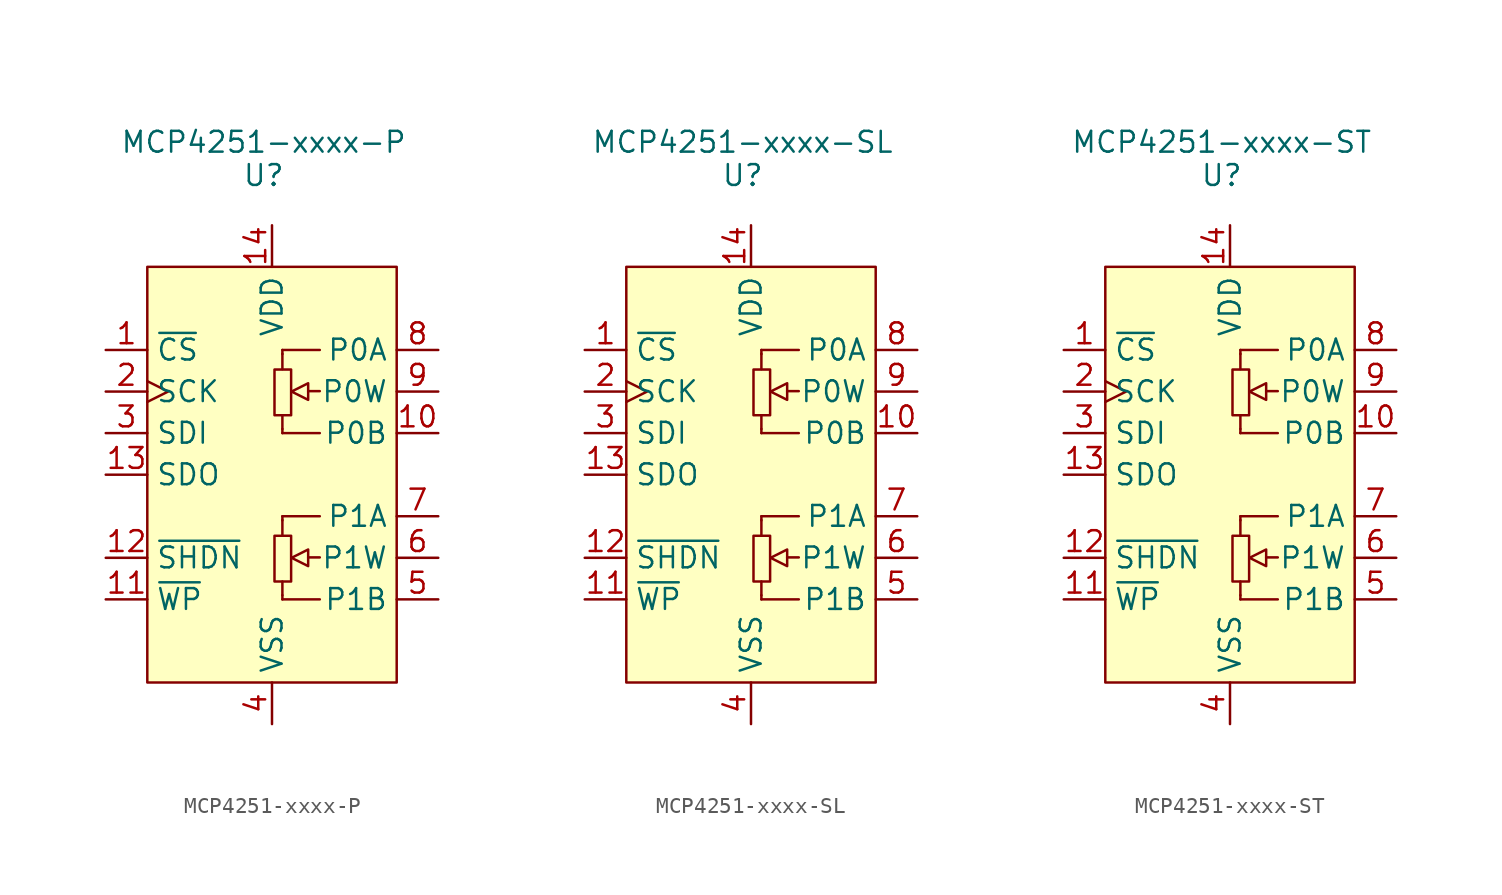
<source format=kicad_sym>
(kicad_symbol_lib
  (version 20201005)
  (generator kicad_symbol_editor)
  (symbol "Potentiometer_Digital:MCP4251-xxxx-P"
    (property "Reference" "U"
      (at -0.508 18.288 0)
      (effects (font (size 1.27 1.27))))
    (property "Value" "MCP4251-xxxx-P"
      (at -0.508 20.32 0)
      (effects (font (size 1.27 1.27))))
    (symbol "MCP4251-xxxx-P_0_1"
      (polyline (pts (xy 0 12.7) (xy 7.62 12.7) (xy 7.62 0) (xy 7.62 -12.7) (xy -7.62 -12.7) (xy -7.62 12.7) (xy 0 12.7)) (stroke (width 0)) (fill (type background))))
    (symbol "MCP4251-xxxx-P_1_1"
      (rectangle (start 0.152 -3.734) (end 1.168 -6.528) (stroke (width 0)) (fill (type none)))
      (rectangle (start 0.152 6.426) (end 1.168 3.632) (stroke (width 0)) (fill (type none)))
      (polyline (pts (xy 0.635 -7.366) (xy 0.635 -6.528)) (stroke (width 0)) (fill (type none)))
      (polyline (pts (xy 0.635 -2.769) (xy 0.635 -3.708)) (stroke (width 0)) (fill (type none)))
      (polyline (pts (xy 0.635 2.794) (xy 0.635 3.632)) (stroke (width 0)) (fill (type none)))
      (polyline (pts (xy 0.635 7.391) (xy 0.635 6.452)) (stroke (width 0)) (fill (type none)))
      (polyline (pts (xy 2.21 -5.055) (xy 2.921 -5.055)) (stroke (width 0)) (fill (type none)))
      (polyline (pts (xy 2.21 5.105) (xy 2.921 5.105)) (stroke (width 0)) (fill (type none)))
      (polyline (pts (xy 0.635 -7.62) (xy 0.635 -7.366) (xy 0.635 -7.366)) (stroke (width 0)) (fill (type background)))
      (polyline (pts (xy 0.635 -7.62) (xy 2.921 -7.62) (xy 2.921 -7.62)) (stroke (width 0)) (fill (type background)))
      (polyline (pts (xy 0.635 -2.54) (xy 0.635 -2.794) (xy 0.635 -2.794)) (stroke (width 0)) (fill (type none)))
      (polyline (pts (xy 0.635 -2.54) (xy 2.921 -2.54) (xy 2.921 -2.54)) (stroke (width 0)) (fill (type background)))
      (polyline (pts (xy 0.635 2.54) (xy 0.635 2.794) (xy 0.635 2.794)) (stroke (width 0)) (fill (type background)))
      (polyline (pts (xy 0.635 2.54) (xy 2.921 2.54) (xy 2.921 2.54)) (stroke (width 0)) (fill (type background)))
      (polyline (pts (xy 0.635 7.62) (xy 0.635 7.366) (xy 0.635 7.366)) (stroke (width 0)) (fill (type none)))
      (polyline (pts (xy 0.635 7.62) (xy 2.921 7.62) (xy 2.921 7.62)) (stroke (width 0)) (fill (type background)))
      (polyline (pts (xy 2.21 -4.572) (xy 2.21 -5.588) (xy 1.194 -5.08) (xy 2.21 -4.572) (xy 2.21 -4.572)) (stroke (width 0)) (fill (type background)))
      (polyline (pts (xy 2.21 5.588) (xy 2.21 4.572) (xy 1.194 5.08) (xy 2.21 5.588) (xy 2.21 5.588)) (stroke (width 0)) (fill (type background)))
      (pin input line (at -10.16 7.62 0) (length 2.54) (name "~CS" (effects (font (size 1.27 1.27)))) (number "1" (effects (font (size 1.27 1.27)))))
      (pin passive line (at 10.16 2.54 180) (length 2.54) (name "P0B" (effects (font (size 1.27 1.27)))) (number "10" (effects (font (size 1.27 1.27)))))
      (pin input line (at -10.16 -7.62 0) (length 2.54) (name "~WP" (effects (font (size 1.27 1.27)))) (number "11" (effects (font (size 1.27 1.27)))))
      (pin input line (at -10.16 -5.08 0) (length 2.54) (name "~SHDN" (effects (font (size 1.27 1.27)))) (number "12" (effects (font (size 1.27 1.27)))))
      (pin output line (at -10.16 0 0) (length 2.54) (name "SDO" (effects (font (size 1.27 1.27)))) (number "13" (effects (font (size 1.27 1.27)))))
      (pin power_in line (at 0 15.24 270) (length 2.54) (name "VDD" (effects (font (size 1.27 1.27)))) (number "14" (effects (font (size 1.27 1.27)))))
      (pin input clock (at -10.16 5.08 0) (length 2.54) (name "SCK" (effects (font (size 1.27 1.27)))) (number "2" (effects (font (size 1.27 1.27)))))
      (pin input line (at -10.16 2.54 0) (length 2.54) (name "SDI" (effects (font (size 1.27 1.27)))) (number "3" (effects (font (size 1.27 1.27)))))
      (pin power_in line (at 0 -15.24 90) (length 2.54) (name "VSS" (effects (font (size 1.27 1.27)))) (number "4" (effects (font (size 1.27 1.27)))))
      (pin passive line (at 10.16 -7.62 180) (length 2.54) (name "P1B" (effects (font (size 1.27 1.27)))) (number "5" (effects (font (size 1.27 1.27)))))
      (pin passive line (at 10.16 -5.08 180) (length 2.54) (name "P1W" (effects (font (size 1.27 1.27)))) (number "6" (effects (font (size 1.27 1.27)))))
      (pin passive line (at 10.16 -2.54 180) (length 2.54) (name "P1A" (effects (font (size 1.27 1.27)))) (number "7" (effects (font (size 1.27 1.27)))))
      (pin passive line (at 10.16 7.62 180) (length 2.54) (name "P0A" (effects (font (size 1.27 1.27)))) (number "8" (effects (font (size 1.27 1.27)))))
      (pin passive line (at 10.16 5.08 180) (length 2.54) (name "P0W" (effects (font (size 1.27 1.27)))) (number "9" (effects (font (size 1.27 1.27)))))))
  (symbol "Potentiometer_Digital:MCP4251-xxxx-SL"
    (property "Reference" "U"
      (at -0.508 18.288 0)
      (effects (font (size 1.27 1.27))))
    (property "Value" "MCP4251-xxxx-SL"
      (at -0.508 20.32 0)
      (effects (font (size 1.27 1.27))))
    (symbol "MCP4251-xxxx-SL_1_1"
      (rectangle (start 0.152 -3.734) (end 1.168 -6.528) (stroke (width 0)) (fill (type none)))
      (rectangle (start 0.152 6.426) (end 1.168 3.632) (stroke (width 0)) (fill (type none)))
      (polyline (pts (xy 0.635 -7.366) (xy 0.635 -6.528)) (stroke (width 0)) (fill (type none)))
      (polyline (pts (xy 0.635 -2.769) (xy 0.635 -3.708)) (stroke (width 0)) (fill (type none)))
      (polyline (pts (xy 0.635 2.794) (xy 0.635 3.632)) (stroke (width 0)) (fill (type none)))
      (polyline (pts (xy 0.635 7.391) (xy 0.635 6.452)) (stroke (width 0)) (fill (type none)))
      (polyline (pts (xy 2.21 -5.055) (xy 2.921 -5.055)) (stroke (width 0)) (fill (type none)))
      (polyline (pts (xy 2.21 5.105) (xy 2.921 5.105)) (stroke (width 0)) (fill (type none)))
      (polyline (pts (xy 0.635 -7.62) (xy 0.635 -7.366) (xy 0.635 -7.366)) (stroke (width 0)) (fill (type background)))
      (polyline (pts (xy 0.635 -7.62) (xy 2.921 -7.62) (xy 2.921 -7.62)) (stroke (width 0)) (fill (type background)))
      (polyline (pts (xy 0.635 -2.54) (xy 0.635 -2.794) (xy 0.635 -2.794)) (stroke (width 0)) (fill (type none)))
      (polyline (pts (xy 0.635 -2.54) (xy 2.921 -2.54) (xy 2.921 -2.54)) (stroke (width 0)) (fill (type background)))
      (polyline (pts (xy 0.635 2.54) (xy 0.635 2.794) (xy 0.635 2.794)) (stroke (width 0)) (fill (type background)))
      (polyline (pts (xy 0.635 2.54) (xy 2.921 2.54) (xy 2.921 2.54)) (stroke (width 0)) (fill (type background)))
      (polyline (pts (xy 0.635 7.62) (xy 0.635 7.366) (xy 0.635 7.366)) (stroke (width 0)) (fill (type none)))
      (polyline (pts (xy 0.635 7.62) (xy 2.921 7.62) (xy 2.921 7.62)) (stroke (width 0)) (fill (type background)))
      (polyline (pts (xy 2.21 -4.572) (xy 2.21 -5.588) (xy 1.194 -5.08) (xy 2.21 -4.572) (xy 2.21 -4.572)) (stroke (width 0)) (fill (type background)))
      (polyline (pts (xy 2.21 5.588) (xy 2.21 4.572) (xy 1.194 5.08) (xy 2.21 5.588) (xy 2.21 5.588)) (stroke (width 0)) (fill (type background)))
      (polyline (pts (xy 0 12.7) (xy 7.62 12.7) (xy 7.62 0) (xy 7.62 -12.7) (xy -7.62 -12.7) (xy -7.62 12.7) (xy 0 12.7)) (stroke (width 0)) (fill (type background)))
      (pin input line (at -10.16 7.62 0) (length 2.54) (name "~CS" (effects (font (size 1.27 1.27)))) (number "1" (effects (font (size 1.27 1.27)))))
      (pin passive line (at 10.16 2.54 180) (length 2.54) (name "P0B" (effects (font (size 1.27 1.27)))) (number "10" (effects (font (size 1.27 1.27)))))
      (pin input line (at -10.16 -7.62 0) (length 2.54) (name "~WP" (effects (font (size 1.27 1.27)))) (number "11" (effects (font (size 1.27 1.27)))))
      (pin input line (at -10.16 -5.08 0) (length 2.54) (name "~SHDN" (effects (font (size 1.27 1.27)))) (number "12" (effects (font (size 1.27 1.27)))))
      (pin output line (at -10.16 0 0) (length 2.54) (name "SDO" (effects (font (size 1.27 1.27)))) (number "13" (effects (font (size 1.27 1.27)))))
      (pin power_in line (at 0 15.24 270) (length 2.54) (name "VDD" (effects (font (size 1.27 1.27)))) (number "14" (effects (font (size 1.27 1.27)))))
      (pin input clock (at -10.16 5.08 0) (length 2.54) (name "SCK" (effects (font (size 1.27 1.27)))) (number "2" (effects (font (size 1.27 1.27)))))
      (pin input line (at -10.16 2.54 0) (length 2.54) (name "SDI" (effects (font (size 1.27 1.27)))) (number "3" (effects (font (size 1.27 1.27)))))
      (pin power_in line (at 0 -15.24 90) (length 2.54) (name "VSS" (effects (font (size 1.27 1.27)))) (number "4" (effects (font (size 1.27 1.27)))))
      (pin passive line (at 10.16 -7.62 180) (length 2.54) (name "P1B" (effects (font (size 1.27 1.27)))) (number "5" (effects (font (size 1.27 1.27)))))
      (pin passive line (at 10.16 -5.08 180) (length 2.54) (name "P1W" (effects (font (size 1.27 1.27)))) (number "6" (effects (font (size 1.27 1.27)))))
      (pin passive line (at 10.16 -2.54 180) (length 2.54) (name "P1A" (effects (font (size 1.27 1.27)))) (number "7" (effects (font (size 1.27 1.27)))))
      (pin passive line (at 10.16 7.62 180) (length 2.54) (name "P0A" (effects (font (size 1.27 1.27)))) (number "8" (effects (font (size 1.27 1.27)))))
      (pin passive line (at 10.16 5.08 180) (length 2.54) (name "P0W" (effects (font (size 1.27 1.27)))) (number "9" (effects (font (size 1.27 1.27)))))))
  (symbol "Potentiometer_Digital:MCP4251-xxxx-ST"
    (property "Reference" "U"
      (at -0.508 18.288 0)
      (effects (font (size 1.27 1.27))))
    (property "Value" "MCP4251-xxxx-ST"
      (at -0.508 20.32 0)
      (effects (font (size 1.27 1.27))))
    (symbol "MCP4251-xxxx-ST_1_1"
      (rectangle (start 0.152 -3.734) (end 1.168 -6.528) (stroke (width 0)) (fill (type none)))
      (rectangle (start 0.152 6.426) (end 1.168 3.632) (stroke (width 0)) (fill (type none)))
      (polyline (pts (xy 0.635 -7.366) (xy 0.635 -6.528)) (stroke (width 0)) (fill (type none)))
      (polyline (pts (xy 0.635 -2.769) (xy 0.635 -3.708)) (stroke (width 0)) (fill (type none)))
      (polyline (pts (xy 0.635 2.794) (xy 0.635 3.632)) (stroke (width 0)) (fill (type none)))
      (polyline (pts (xy 0.635 7.391) (xy 0.635 6.452)) (stroke (width 0)) (fill (type none)))
      (polyline (pts (xy 2.21 -5.055) (xy 2.921 -5.055)) (stroke (width 0)) (fill (type none)))
      (polyline (pts (xy 2.21 5.105) (xy 2.921 5.105)) (stroke (width 0)) (fill (type none)))
      (polyline (pts (xy 0.635 -7.62) (xy 0.635 -7.366) (xy 0.635 -7.366)) (stroke (width 0)) (fill (type background)))
      (polyline (pts (xy 0.635 -7.62) (xy 2.921 -7.62) (xy 2.921 -7.62)) (stroke (width 0)) (fill (type background)))
      (polyline (pts (xy 0.635 -2.54) (xy 0.635 -2.794) (xy 0.635 -2.794)) (stroke (width 0)) (fill (type none)))
      (polyline (pts (xy 0.635 -2.54) (xy 2.921 -2.54) (xy 2.921 -2.54)) (stroke (width 0)) (fill (type background)))
      (polyline (pts (xy 0.635 2.54) (xy 0.635 2.794) (xy 0.635 2.794)) (stroke (width 0)) (fill (type background)))
      (polyline (pts (xy 0.635 2.54) (xy 2.921 2.54) (xy 2.921 2.54)) (stroke (width 0)) (fill (type background)))
      (polyline (pts (xy 0.635 7.62) (xy 0.635 7.366) (xy 0.635 7.366)) (stroke (width 0)) (fill (type none)))
      (polyline (pts (xy 0.635 7.62) (xy 2.921 7.62) (xy 2.921 7.62)) (stroke (width 0)) (fill (type background)))
      (polyline (pts (xy 2.21 -4.572) (xy 2.21 -5.588) (xy 1.194 -5.08) (xy 2.21 -4.572) (xy 2.21 -4.572)) (stroke (width 0)) (fill (type background)))
      (polyline (pts (xy 2.21 5.588) (xy 2.21 4.572) (xy 1.194 5.08) (xy 2.21 5.588) (xy 2.21 5.588)) (stroke (width 0)) (fill (type background)))
      (polyline (pts (xy 0 12.7) (xy 7.62 12.7) (xy 7.62 0) (xy 7.62 -12.7) (xy -7.62 -12.7) (xy -7.62 12.7) (xy 0 12.7)) (stroke (width 0)) (fill (type background)))
      (pin input line (at -10.16 7.62 0) (length 2.54) (name "~CS" (effects (font (size 1.27 1.27)))) (number "1" (effects (font (size 1.27 1.27)))))
      (pin passive line (at 10.16 2.54 180) (length 2.54) (name "P0B" (effects (font (size 1.27 1.27)))) (number "10" (effects (font (size 1.27 1.27)))))
      (pin input line (at -10.16 -7.62 0) (length 2.54) (name "~WP" (effects (font (size 1.27 1.27)))) (number "11" (effects (font (size 1.27 1.27)))))
      (pin input line (at -10.16 -5.08 0) (length 2.54) (name "~SHDN" (effects (font (size 1.27 1.27)))) (number "12" (effects (font (size 1.27 1.27)))))
      (pin output line (at -10.16 0 0) (length 2.54) (name "SDO" (effects (font (size 1.27 1.27)))) (number "13" (effects (font (size 1.27 1.27)))))
      (pin power_in line (at 0 15.24 270) (length 2.54) (name "VDD" (effects (font (size 1.27 1.27)))) (number "14" (effects (font (size 1.27 1.27)))))
      (pin input clock (at -10.16 5.08 0) (length 2.54) (name "SCK" (effects (font (size 1.27 1.27)))) (number "2" (effects (font (size 1.27 1.27)))))
      (pin input line (at -10.16 2.54 0) (length 2.54) (name "SDI" (effects (font (size 1.27 1.27)))) (number "3" (effects (font (size 1.27 1.27)))))
      (pin power_in line (at 0 -15.24 90) (length 2.54) (name "VSS" (effects (font (size 1.27 1.27)))) (number "4" (effects (font (size 1.27 1.27)))))
      (pin passive line (at 10.16 -7.62 180) (length 2.54) (name "P1B" (effects (font (size 1.27 1.27)))) (number "5" (effects (font (size 1.27 1.27)))))
      (pin passive line (at 10.16 -5.08 180) (length 2.54) (name "P1W" (effects (font (size 1.27 1.27)))) (number "6" (effects (font (size 1.27 1.27)))))
      (pin passive line (at 10.16 -2.54 180) (length 2.54) (name "P1A" (effects (font (size 1.27 1.27)))) (number "7" (effects (font (size 1.27 1.27)))))
      (pin passive line (at 10.16 7.62 180) (length 2.54) (name "P0A" (effects (font (size 1.27 1.27)))) (number "8" (effects (font (size 1.27 1.27)))))
      (pin passive line (at 10.16 5.08 180) (length 2.54) (name "P0W" (effects (font (size 1.27 1.27)))) (number "9" (effects (font (size 1.27 1.27))))))))
</source>
